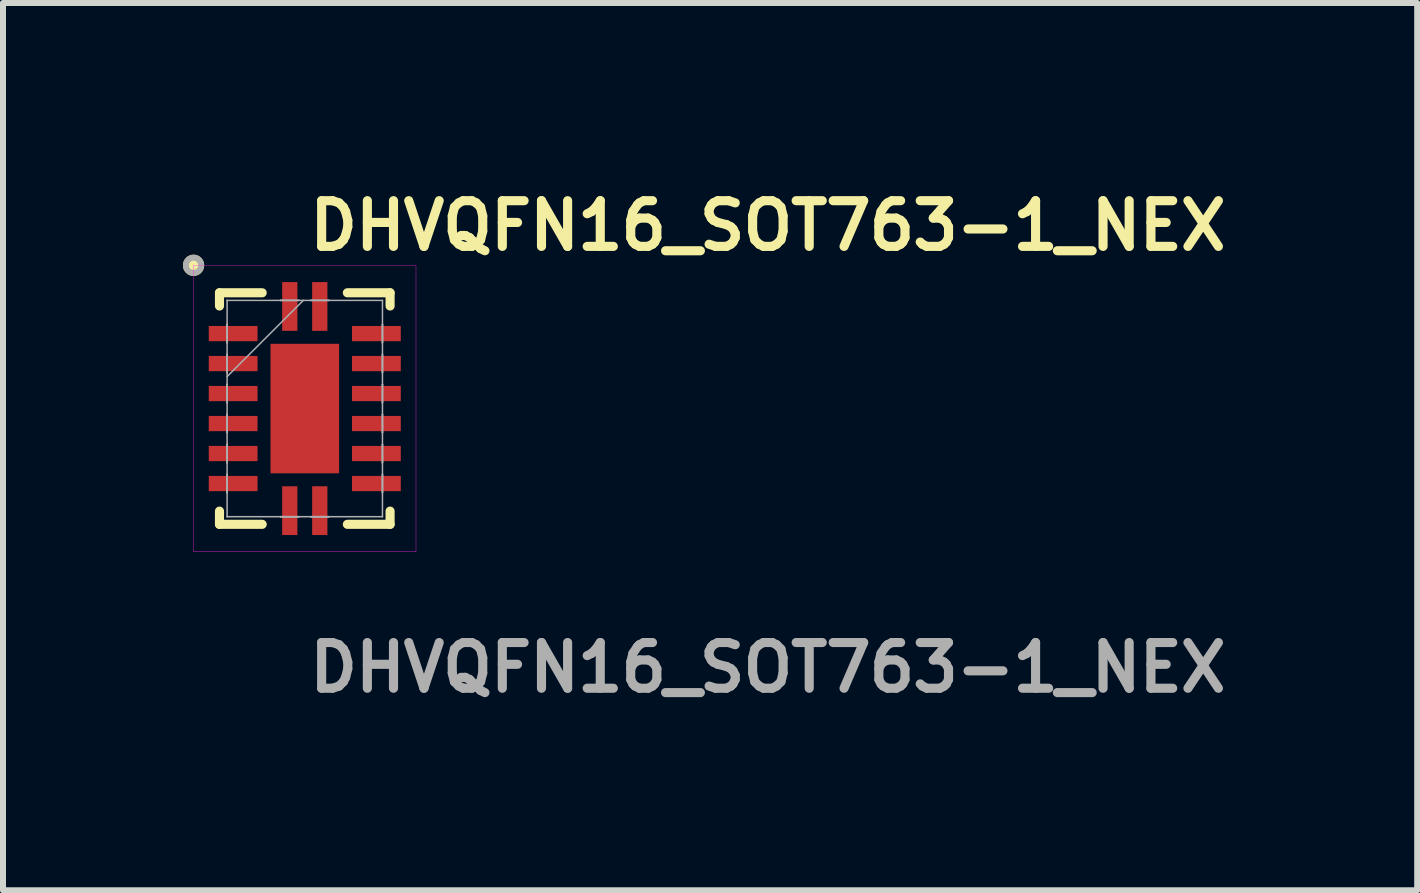
<source format=kicad_pcb>
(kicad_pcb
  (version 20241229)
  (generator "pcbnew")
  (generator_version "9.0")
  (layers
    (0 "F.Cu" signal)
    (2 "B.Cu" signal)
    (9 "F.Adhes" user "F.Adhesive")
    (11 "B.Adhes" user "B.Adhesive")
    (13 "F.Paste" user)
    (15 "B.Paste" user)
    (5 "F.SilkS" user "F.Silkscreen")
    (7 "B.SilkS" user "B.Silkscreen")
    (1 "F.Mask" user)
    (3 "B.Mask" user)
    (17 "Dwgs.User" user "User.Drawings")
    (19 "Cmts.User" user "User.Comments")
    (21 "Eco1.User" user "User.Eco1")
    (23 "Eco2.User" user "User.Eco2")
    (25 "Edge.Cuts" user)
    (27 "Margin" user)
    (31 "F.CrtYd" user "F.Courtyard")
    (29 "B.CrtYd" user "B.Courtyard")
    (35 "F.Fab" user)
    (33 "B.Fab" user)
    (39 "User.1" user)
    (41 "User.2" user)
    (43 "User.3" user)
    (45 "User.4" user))
  (footprint "DHVQFN16_SOT763-1_NEX"
    (layer "F.Cu")
    (at 2.031 3.761)
    (property "Reference" "DHVQFN16_SOT763-1_NEX" (at 0 -3.048 0) (unlocked yes) (layer "F.SilkS") (effects (font (size 0.762 0.762) (thickness 0.152) (bold yes)) (justify left)))
    (attr smd)
    (fp_line (start -1.422 -1.93) (end -1.422 -1.71) (stroke (width 0.152) (type solid)) (layer "F.SilkS"))
    (fp_line (start -1.422 1.71) (end -1.422 1.93) (stroke (width 0.152) (type solid)) (layer "F.SilkS"))
    (fp_line (start -1.422 1.93) (end -0.71 1.93) (stroke (width 0.152) (type solid)) (layer "F.SilkS"))
    (fp_line (start -0.71 -1.93) (end -1.422 -1.93) (stroke (width 0.152) (type solid)) (layer "F.SilkS"))
    (fp_line (start 0.71 1.93) (end 1.422 1.93) (stroke (width 0.152) (type solid)) (layer "F.SilkS"))
    (fp_line (start 1.422 -1.93) (end 0.71 -1.93) (stroke (width 0.152) (type solid)) (layer "F.SilkS"))
    (fp_line (start 1.422 -1.71) (end 1.422 -1.93) (stroke (width 0.152) (type solid)) (layer "F.SilkS"))
    (fp_line (start 1.422 1.93) (end 1.422 1.71) (stroke (width 0.152) (type solid)) (layer "F.SilkS"))
    (fp_circle (center -1.854 -2.388) (end -1.727 -2.388) (stroke (width 0.1) (type solid)) (fill yes) (layer "F.SilkS"))
    (fp_rect (start -1.854 -2.388) (end 1.854 2.388) (stroke (width 0.006) (type solid)) (fill no) (layer "F.CrtYd"))
    (fp_line (start -1.295 -1.803) (end -1.295 -1.803) (stroke (width 0.025) (type solid)) (layer "F.Fab"))
    (fp_line (start -1.295 -1.803) (end -1.295 1.803) (stroke (width 0.025) (type solid)) (layer "F.Fab"))
    (fp_line (start -1.295 -1.403) (end -1.295 -1.403) (stroke (width 0.025) (type solid)) (layer "F.Fab"))
    (fp_line (start -1.295 -1.403) (end -1.295 -1.098) (stroke (width 0.025) (type solid)) (layer "F.Fab"))
    (fp_line (start -1.295 -1.098) (end -1.295 -1.403) (stroke (width 0.025) (type solid)) (layer "F.Fab"))
    (fp_line (start -1.295 -1.098) (end -1.295 -1.098) (stroke (width 0.025) (type solid)) (layer "F.Fab"))
    (fp_line (start -1.295 -0.903) (end -1.295 -0.903) (stroke (width 0.025) (type solid)) (layer "F.Fab"))
    (fp_line (start -1.295 -0.903) (end -1.295 -0.598) (stroke (width 0.025) (type solid)) (layer "F.Fab"))
    (fp_line (start -1.295 -0.598) (end -1.295 -0.903) (stroke (width 0.025) (type solid)) (layer "F.Fab"))
    (fp_line (start -1.295 -0.598) (end -1.295 -0.598) (stroke (width 0.025) (type solid)) (layer "F.Fab"))
    (fp_line (start -1.295 -0.533) (end -0.025 -1.803) (stroke (width 0.025) (type solid)) (layer "F.Fab"))
    (fp_line (start -1.295 -0.402) (end -1.295 -0.402) (stroke (width 0.025) (type solid)) (layer "F.Fab"))
    (fp_line (start -1.295 -0.402) (end -1.295 -0.098) (stroke (width 0.025) (type solid)) (layer "F.Fab"))
    (fp_line (start -1.295 -0.098) (end -1.295 -0.402) (stroke (width 0.025) (type solid)) (layer "F.Fab"))
    (fp_line (start -1.295 -0.098) (end -1.295 -0.098) (stroke (width 0.025) (type solid)) (layer "F.Fab"))
    (fp_line (start -1.295 0.098) (end -1.295 0.098) (stroke (width 0.025) (type solid)) (layer "F.Fab"))
    (fp_line (start -1.295 0.098) (end -1.295 0.402) (stroke (width 0.025) (type solid)) (layer "F.Fab"))
    (fp_line (start -1.295 0.402) (end -1.295 0.098) (stroke (width 0.025) (type solid)) (layer "F.Fab"))
    (fp_line (start -1.295 0.402) (end -1.295 0.402) (stroke (width 0.025) (type solid)) (layer "F.Fab"))
    (fp_line (start -1.295 0.598) (end -1.295 0.598) (stroke (width 0.025) (type solid)) (layer "F.Fab"))
    (fp_line (start -1.295 0.598) (end -1.295 0.903) (stroke (width 0.025) (type solid)) (layer "F.Fab"))
    (fp_line (start -1.295 0.903) (end -1.295 0.598) (stroke (width 0.025) (type solid)) (layer "F.Fab"))
    (fp_line (start -1.295 0.903) (end -1.295 0.903) (stroke (width 0.025) (type solid)) (layer "F.Fab"))
    (fp_line (start -1.295 1.098) (end -1.295 1.098) (stroke (width 0.025) (type solid)) (layer "F.Fab"))
    (fp_line (start -1.295 1.098) (end -1.295 1.403) (stroke (width 0.025) (type solid)) (layer "F.Fab"))
    (fp_line (start -1.295 1.403) (end -1.295 1.098) (stroke (width 0.025) (type solid)) (layer "F.Fab"))
    (fp_line (start -1.295 1.403) (end -1.295 1.403) (stroke (width 0.025) (type solid)) (layer "F.Fab"))
    (fp_line (start -1.295 1.803) (end -1.295 1.803) (stroke (width 0.025) (type solid)) (layer "F.Fab"))
    (fp_line (start -1.295 1.803) (end 1.295 1.803) (stroke (width 0.025) (type solid)) (layer "F.Fab"))
    (fp_line (start -0.402 -1.803) (end -0.402 -1.803) (stroke (width 0.025) (type solid)) (layer "F.Fab"))
    (fp_line (start -0.402 -1.803) (end -0.098 -1.803) (stroke (width 0.025) (type solid)) (layer "F.Fab"))
    (fp_line (start -0.402 1.803) (end -0.402 1.803) (stroke (width 0.025) (type solid)) (layer "F.Fab"))
    (fp_line (start -0.402 1.803) (end -0.098 1.803) (stroke (width 0.025) (type solid)) (layer "F.Fab"))
    (fp_line (start -0.098 -1.803) (end -0.402 -1.803) (stroke (width 0.025) (type solid)) (layer "F.Fab"))
    (fp_line (start -0.098 -1.803) (end -0.098 -1.803) (stroke (width 0.025) (type solid)) (layer "F.Fab"))
    (fp_line (start -0.098 1.803) (end -0.402 1.803) (stroke (width 0.025) (type solid)) (layer "F.Fab"))
    (fp_line (start -0.098 1.803) (end -0.098 1.803) (stroke (width 0.025) (type solid)) (layer "F.Fab"))
    (fp_line (start 0.098 -1.803) (end 0.098 -1.803) (stroke (width 0.025) (type solid)) (layer "F.Fab"))
    (fp_line (start 0.098 -1.803) (end 0.402 -1.803) (stroke (width 0.025) (type solid)) (layer "F.Fab"))
    (fp_line (start 0.098 1.803) (end 0.098 1.803) (stroke (width 0.025) (type solid)) (layer "F.Fab"))
    (fp_line (start 0.098 1.803) (end 0.402 1.803) (stroke (width 0.025) (type solid)) (layer "F.Fab"))
    (fp_line (start 0.402 -1.803) (end 0.098 -1.803) (stroke (width 0.025) (type solid)) (layer "F.Fab"))
    (fp_line (start 0.402 -1.803) (end 0.402 -1.803) (stroke (width 0.025) (type solid)) (layer "F.Fab"))
    (fp_line (start 0.402 1.803) (end 0.098 1.803) (stroke (width 0.025) (type solid)) (layer "F.Fab"))
    (fp_line (start 0.402 1.803) (end 0.402 1.803) (stroke (width 0.025) (type solid)) (layer "F.Fab"))
    (fp_line (start 1.295 -1.803) (end -1.295 -1.803) (stroke (width 0.025) (type solid)) (layer "F.Fab"))
    (fp_line (start 1.295 -1.803) (end 1.295 -1.803) (stroke (width 0.025) (type solid)) (layer "F.Fab"))
    (fp_line (start 1.295 -1.403) (end 1.295 -1.403) (stroke (width 0.025) (type solid)) (layer "F.Fab"))
    (fp_line (start 1.295 -1.403) (end 1.295 -1.098) (stroke (width 0.025) (type solid)) (layer "F.Fab"))
    (fp_line (start 1.295 -1.098) (end 1.295 -1.403) (stroke (width 0.025) (type solid)) (layer "F.Fab"))
    (fp_line (start 1.295 -1.098) (end 1.295 -1.098) (stroke (width 0.025) (type solid)) (layer "F.Fab"))
    (fp_line (start 1.295 -0.903) (end 1.295 -0.903) (stroke (width 0.025) (type solid)) (layer "F.Fab"))
    (fp_line (start 1.295 -0.903) (end 1.295 -0.598) (stroke (width 0.025) (type solid)) (layer "F.Fab"))
    (fp_line (start 1.295 -0.598) (end 1.295 -0.903) (stroke (width 0.025) (type solid)) (layer "F.Fab"))
    (fp_line (start 1.295 -0.598) (end 1.295 -0.598) (stroke (width 0.025) (type solid)) (layer "F.Fab"))
    (fp_line (start 1.295 -0.402) (end 1.295 -0.402) (stroke (width 0.025) (type solid)) (layer "F.Fab"))
    (fp_line (start 1.295 -0.402) (end 1.295 -0.098) (stroke (width 0.025) (type solid)) (layer "F.Fab"))
    (fp_line (start 1.295 -0.098) (end 1.295 -0.402) (stroke (width 0.025) (type solid)) (layer "F.Fab"))
    (fp_line (start 1.295 -0.098) (end 1.295 -0.098) (stroke (width 0.025) (type solid)) (layer "F.Fab"))
    (fp_line (start 1.295 0.098) (end 1.295 0.098) (stroke (width 0.025) (type solid)) (layer "F.Fab"))
    (fp_line (start 1.295 0.098) (end 1.295 0.402) (stroke (width 0.025) (type solid)) (layer "F.Fab"))
    (fp_line (start 1.295 0.402) (end 1.295 0.098) (stroke (width 0.025) (type solid)) (layer "F.Fab"))
    (fp_line (start 1.295 0.402) (end 1.295 0.402) (stroke (width 0.025) (type solid)) (layer "F.Fab"))
    (fp_line (start 1.295 0.598) (end 1.295 0.598) (stroke (width 0.025) (type solid)) (layer "F.Fab"))
    (fp_line (start 1.295 0.598) (end 1.295 0.903) (stroke (width 0.025) (type solid)) (layer "F.Fab"))
    (fp_line (start 1.295 0.903) (end 1.295 0.598) (stroke (width 0.025) (type solid)) (layer "F.Fab"))
    (fp_line (start 1.295 0.903) (end 1.295 0.903) (stroke (width 0.025) (type solid)) (layer "F.Fab"))
    (fp_line (start 1.295 1.098) (end 1.295 1.098) (stroke (width 0.025) (type solid)) (layer "F.Fab"))
    (fp_line (start 1.295 1.098) (end 1.295 1.403) (stroke (width 0.025) (type solid)) (layer "F.Fab"))
    (fp_line (start 1.295 1.403) (end 1.295 1.098) (stroke (width 0.025) (type solid)) (layer "F.Fab"))
    (fp_line (start 1.295 1.403) (end 1.295 1.403) (stroke (width 0.025) (type solid)) (layer "F.Fab"))
    (fp_line (start 1.295 1.803) (end 1.295 -1.803) (stroke (width 0.025) (type solid)) (layer "F.Fab"))
    (fp_line (start 1.295 1.803) (end 1.295 1.803) (stroke (width 0.025) (type solid)) (layer "F.Fab"))
    (fp_circle (center -1.854 -2.388) (end -1.727 -2.388) (stroke (width 0.1) (type solid)) (fill no) (layer "F.Fab"))
    (fp_text user "${REFERENCE}" (at 0 4.318 0) (unlocked yes) (layer "F.Fab") (effects (font (size 0.762 0.762) (thickness 0.152) (bold yes)) (justify left)))
    (pad "1" smd rect (at -0.25 -1.702) (size 0.254 0.813) (layers "F.Cu" "F.Mask" "F.Paste"))
    (pad "2" smd rect (at -1.194 -1.25 90) (size 0.254 0.813) (layers "F.Cu" "F.Mask" "F.Paste"))
    (pad "3" smd rect (at -1.194 -0.75 90) (size 0.254 0.813) (layers "F.Cu" "F.Mask" "F.Paste"))
    (pad "4" smd rect (at -1.194 -0.25 90) (size 0.254 0.813) (layers "F.Cu" "F.Mask" "F.Paste"))
    (pad "5" smd rect (at -1.194 0.25 90) (size 0.254 0.813) (layers "F.Cu" "F.Mask" "F.Paste"))
    (pad "6" smd rect (at -1.194 0.75 90) (size 0.254 0.813) (layers "F.Cu" "F.Mask" "F.Paste"))
    (pad "7" smd rect (at -1.194 1.25 90) (size 0.254 0.813) (layers "F.Cu" "F.Mask" "F.Paste"))
    (pad "8" smd rect (at -0.25 1.702) (size 0.254 0.813) (layers "F.Cu" "F.Mask" "F.Paste"))
    (pad "9" smd rect (at 0.25 1.702) (size 0.254 0.813) (layers "F.Cu" "F.Mask" "F.Paste"))
    (pad "10" smd rect (at 1.194 1.25 90) (size 0.254 0.813) (layers "F.Cu" "F.Mask" "F.Paste"))
    (pad "11" smd rect (at 1.194 0.75 90) (size 0.254 0.813) (layers "F.Cu" "F.Mask" "F.Paste"))
    (pad "12" smd rect (at 1.194 0.25 90) (size 0.254 0.813) (layers "F.Cu" "F.Mask" "F.Paste"))
    (pad "13" smd rect (at 1.194 -0.25 90) (size 0.254 0.813) (layers "F.Cu" "F.Mask" "F.Paste"))
    (pad "14" smd rect (at 1.194 -0.75 90) (size 0.254 0.813) (layers "F.Cu" "F.Mask" "F.Paste"))
    (pad "15" smd rect (at 1.194 -1.25 90) (size 0.254 0.813) (layers "F.Cu" "F.Mask" "F.Paste"))
    (pad "16" smd rect (at 0.25 -1.702) (size 0.254 0.813) (layers "F.Cu" "F.Mask" "F.Paste"))
    (pad "17" smd rect (at 0 0) (size 1.143 2.159) (layers "F.Cu" "F.Mask" "F.Paste")))
  (gr_rect
    (start -3 -3)
    (end 20.576 11.792)
    (stroke (width 0.1) (type default))
    (fill no)
    (layer "Edge.Cuts")))
</source>
